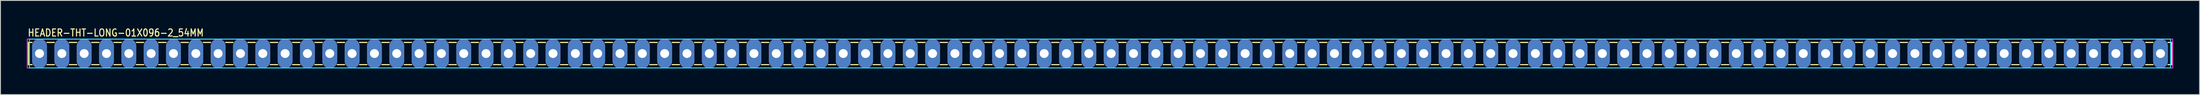
<source format=kicad_pcb>
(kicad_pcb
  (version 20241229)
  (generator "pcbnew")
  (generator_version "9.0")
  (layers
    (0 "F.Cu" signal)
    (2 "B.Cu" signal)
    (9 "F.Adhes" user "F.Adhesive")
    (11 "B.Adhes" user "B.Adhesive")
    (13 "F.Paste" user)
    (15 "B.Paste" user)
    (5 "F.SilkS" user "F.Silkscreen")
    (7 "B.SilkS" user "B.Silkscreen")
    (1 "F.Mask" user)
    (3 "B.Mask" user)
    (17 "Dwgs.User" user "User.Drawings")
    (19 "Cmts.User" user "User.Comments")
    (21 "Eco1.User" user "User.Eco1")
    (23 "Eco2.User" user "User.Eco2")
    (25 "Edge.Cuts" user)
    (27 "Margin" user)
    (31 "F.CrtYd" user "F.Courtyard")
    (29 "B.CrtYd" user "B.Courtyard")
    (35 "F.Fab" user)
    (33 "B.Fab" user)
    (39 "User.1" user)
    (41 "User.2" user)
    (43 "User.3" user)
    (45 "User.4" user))
  (footprint "HEADER-THT-LONG-01X096-2_54MM"
    (layer "F.Cu")
    (at 1.447 3.079)
    (property "Reference" "HEADER-THT-LONG-01X096-2_54MM" (at -1.4 -1.9 0) (unlocked yes) (layer "F.SilkS") (effects (font (size 0.813 0.695) (thickness 0.122)) (justify left bottom)))
    (fp_line (start -1.27 -1.27) (end -1.27 1.27) (stroke (width 0.127) (type solid)) (layer "F.SilkS"))
    (fp_line (start -1.27 1.27) (end -0.85 1.27) (stroke (width 0.127) (type solid)) (layer "F.SilkS"))
    (fp_line (start -0.85 -1.27) (end -1.27 -1.27) (stroke (width 0.127) (type solid)) (layer "F.SilkS"))
    (fp_line (start 0.85 -1.27) (end 1.69 -1.27) (stroke (width 0.127) (type solid)) (layer "F.SilkS"))
    (fp_line (start 0.85 1.27) (end 1.69 1.27) (stroke (width 0.127) (type solid)) (layer "F.SilkS"))
    (fp_line (start 3.39 -1.27) (end 4.23 -1.27) (stroke (width 0.127) (type solid)) (layer "F.SilkS"))
    (fp_line (start 3.39 1.27) (end 4.23 1.27) (stroke (width 0.127) (type solid)) (layer "F.SilkS"))
    (fp_line (start 5.93 -1.27) (end 6.77 -1.27) (stroke (width 0.127) (type solid)) (layer "F.SilkS"))
    (fp_line (start 5.93 1.27) (end 6.77 1.27) (stroke (width 0.127) (type solid)) (layer "F.SilkS"))
    (fp_line (start 8.47 -1.27) (end 9.31 -1.27) (stroke (width 0.127) (type solid)) (layer "F.SilkS"))
    (fp_line (start 8.47 1.27) (end 9.31 1.27) (stroke (width 0.127) (type solid)) (layer "F.SilkS"))
    (fp_line (start 11.01 -1.27) (end 11.85 -1.27) (stroke (width 0.127) (type solid)) (layer "F.SilkS"))
    (fp_line (start 11.01 1.27) (end 11.85 1.27) (stroke (width 0.127) (type solid)) (layer "F.SilkS"))
    (fp_line (start 13.55 -1.27) (end 14.39 -1.27) (stroke (width 0.127) (type solid)) (layer "F.SilkS"))
    (fp_line (start 13.55 1.27) (end 14.39 1.27) (stroke (width 0.127) (type solid)) (layer "F.SilkS"))
    (fp_line (start 16.09 -1.27) (end 16.93 -1.27) (stroke (width 0.127) (type solid)) (layer "F.SilkS"))
    (fp_line (start 16.09 1.27) (end 16.93 1.27) (stroke (width 0.127) (type solid)) (layer "F.SilkS"))
    (fp_line (start 18.63 -1.27) (end 19.47 -1.27) (stroke (width 0.127) (type solid)) (layer "F.SilkS"))
    (fp_line (start 18.63 1.27) (end 19.47 1.27) (stroke (width 0.127) (type solid)) (layer "F.SilkS"))
    (fp_line (start 21.17 -1.27) (end 22.01 -1.27) (stroke (width 0.127) (type solid)) (layer "F.SilkS"))
    (fp_line (start 21.17 1.27) (end 22.01 1.27) (stroke (width 0.127) (type solid)) (layer "F.SilkS"))
    (fp_line (start 23.71 -1.27) (end 24.55 -1.27) (stroke (width 0.127) (type solid)) (layer "F.SilkS"))
    (fp_line (start 23.71 1.27) (end 24.55 1.27) (stroke (width 0.127) (type solid)) (layer "F.SilkS"))
    (fp_line (start 26.25 -1.27) (end 27.09 -1.27) (stroke (width 0.127) (type solid)) (layer "F.SilkS"))
    (fp_line (start 26.25 1.27) (end 27.09 1.27) (stroke (width 0.127) (type solid)) (layer "F.SilkS"))
    (fp_line (start 28.79 -1.27) (end 29.63 -1.27) (stroke (width 0.127) (type solid)) (layer "F.SilkS"))
    (fp_line (start 28.79 1.27) (end 29.63 1.27) (stroke (width 0.127) (type solid)) (layer "F.SilkS"))
    (fp_line (start 31.33 -1.27) (end 32.17 -1.27) (stroke (width 0.127) (type solid)) (layer "F.SilkS"))
    (fp_line (start 31.33 1.27) (end 32.17 1.27) (stroke (width 0.127) (type solid)) (layer "F.SilkS"))
    (fp_line (start 33.87 -1.27) (end 34.71 -1.27) (stroke (width 0.127) (type solid)) (layer "F.SilkS"))
    (fp_line (start 33.87 1.27) (end 34.71 1.27) (stroke (width 0.127) (type solid)) (layer "F.SilkS"))
    (fp_line (start 36.41 -1.27) (end 37.25 -1.27) (stroke (width 0.127) (type solid)) (layer "F.SilkS"))
    (fp_line (start 36.41 1.27) (end 37.25 1.27) (stroke (width 0.127) (type solid)) (layer "F.SilkS"))
    (fp_line (start 38.95 -1.27) (end 39.79 -1.27) (stroke (width 0.127) (type solid)) (layer "F.SilkS"))
    (fp_line (start 38.95 1.27) (end 39.79 1.27) (stroke (width 0.127) (type solid)) (layer "F.SilkS"))
    (fp_line (start 41.49 -1.27) (end 42.33 -1.27) (stroke (width 0.127) (type solid)) (layer "F.SilkS"))
    (fp_line (start 41.49 1.27) (end 42.33 1.27) (stroke (width 0.127) (type solid)) (layer "F.SilkS"))
    (fp_line (start 44.03 -1.27) (end 44.87 -1.27) (stroke (width 0.127) (type solid)) (layer "F.SilkS"))
    (fp_line (start 44.03 1.27) (end 44.87 1.27) (stroke (width 0.127) (type solid)) (layer "F.SilkS"))
    (fp_line (start 46.57 -1.27) (end 47.41 -1.27) (stroke (width 0.127) (type solid)) (layer "F.SilkS"))
    (fp_line (start 46.57 1.27) (end 47.41 1.27) (stroke (width 0.127) (type solid)) (layer "F.SilkS"))
    (fp_line (start 49.11 -1.27) (end 49.95 -1.27) (stroke (width 0.127) (type solid)) (layer "F.SilkS"))
    (fp_line (start 49.11 1.27) (end 49.95 1.27) (stroke (width 0.127) (type solid)) (layer "F.SilkS"))
    (fp_line (start 51.65 -1.27) (end 52.49 -1.27) (stroke (width 0.127) (type solid)) (layer "F.SilkS"))
    (fp_line (start 51.65 1.27) (end 52.49 1.27) (stroke (width 0.127) (type solid)) (layer "F.SilkS"))
    (fp_line (start 54.19 -1.27) (end 55.03 -1.27) (stroke (width 0.127) (type solid)) (layer "F.SilkS"))
    (fp_line (start 54.19 1.27) (end 55.03 1.27) (stroke (width 0.127) (type solid)) (layer "F.SilkS"))
    (fp_line (start 56.73 -1.27) (end 57.57 -1.27) (stroke (width 0.127) (type solid)) (layer "F.SilkS"))
    (fp_line (start 56.73 1.27) (end 57.57 1.27) (stroke (width 0.127) (type solid)) (layer "F.SilkS"))
    (fp_line (start 59.27 -1.27) (end 60.11 -1.27) (stroke (width 0.127) (type solid)) (layer "F.SilkS"))
    (fp_line (start 59.27 1.27) (end 60.11 1.27) (stroke (width 0.127) (type solid)) (layer "F.SilkS"))
    (fp_line (start 61.81 -1.27) (end 62.65 -1.27) (stroke (width 0.127) (type solid)) (layer "F.SilkS"))
    (fp_line (start 61.81 1.27) (end 62.65 1.27) (stroke (width 0.127) (type solid)) (layer "F.SilkS"))
    (fp_line (start 64.35 -1.27) (end 65.19 -1.27) (stroke (width 0.127) (type solid)) (layer "F.SilkS"))
    (fp_line (start 64.35 1.27) (end 65.19 1.27) (stroke (width 0.127) (type solid)) (layer "F.SilkS"))
    (fp_line (start 66.89 -1.27) (end 67.73 -1.27) (stroke (width 0.127) (type solid)) (layer "F.SilkS"))
    (fp_line (start 66.89 1.27) (end 67.73 1.27) (stroke (width 0.127) (type solid)) (layer "F.SilkS"))
    (fp_line (start 69.43 -1.27) (end 70.27 -1.27) (stroke (width 0.127) (type solid)) (layer "F.SilkS"))
    (fp_line (start 69.43 1.27) (end 70.27 1.27) (stroke (width 0.127) (type solid)) (layer "F.SilkS"))
    (fp_line (start 71.97 -1.27) (end 72.81 -1.27) (stroke (width 0.127) (type solid)) (layer "F.SilkS"))
    (fp_line (start 71.97 1.27) (end 72.81 1.27) (stroke (width 0.127) (type solid)) (layer "F.SilkS"))
    (fp_line (start 74.51 -1.27) (end 75.35 -1.27) (stroke (width 0.127) (type solid)) (layer "F.SilkS"))
    (fp_line (start 74.51 1.27) (end 75.35 1.27) (stroke (width 0.127) (type solid)) (layer "F.SilkS"))
    (fp_line (start 77.05 -1.27) (end 77.89 -1.27) (stroke (width 0.127) (type solid)) (layer "F.SilkS"))
    (fp_line (start 77.05 1.27) (end 77.89 1.27) (stroke (width 0.127) (type solid)) (layer "F.SilkS"))
    (fp_line (start 79.59 -1.27) (end 80.43 -1.27) (stroke (width 0.127) (type solid)) (layer "F.SilkS"))
    (fp_line (start 79.59 1.27) (end 80.43 1.27) (stroke (width 0.127) (type solid)) (layer "F.SilkS"))
    (fp_line (start 82.13 -1.27) (end 82.97 -1.27) (stroke (width 0.127) (type solid)) (layer "F.SilkS"))
    (fp_line (start 82.13 1.27) (end 82.97 1.27) (stroke (width 0.127) (type solid)) (layer "F.SilkS"))
    (fp_line (start 84.67 -1.27) (end 85.51 -1.27) (stroke (width 0.127) (type solid)) (layer "F.SilkS"))
    (fp_line (start 84.67 1.27) (end 85.51 1.27) (stroke (width 0.127) (type solid)) (layer "F.SilkS"))
    (fp_line (start 87.21 -1.27) (end 88.05 -1.27) (stroke (width 0.127) (type solid)) (layer "F.SilkS"))
    (fp_line (start 87.21 1.27) (end 88.05 1.27) (stroke (width 0.127) (type solid)) (layer "F.SilkS"))
    (fp_line (start 89.75 -1.27) (end 90.59 -1.27) (stroke (width 0.127) (type solid)) (layer "F.SilkS"))
    (fp_line (start 89.75 1.27) (end 90.59 1.27) (stroke (width 0.127) (type solid)) (layer "F.SilkS"))
    (fp_line (start 92.29 -1.27) (end 93.13 -1.27) (stroke (width 0.127) (type solid)) (layer "F.SilkS"))
    (fp_line (start 92.29 1.27) (end 93.13 1.27) (stroke (width 0.127) (type solid)) (layer "F.SilkS"))
    (fp_line (start 94.83 -1.27) (end 95.67 -1.27) (stroke (width 0.127) (type solid)) (layer "F.SilkS"))
    (fp_line (start 94.83 1.27) (end 95.67 1.27) (stroke (width 0.127) (type solid)) (layer "F.SilkS"))
    (fp_line (start 97.37 -1.27) (end 98.21 -1.27) (stroke (width 0.127) (type solid)) (layer "F.SilkS"))
    (fp_line (start 97.37 1.27) (end 98.21 1.27) (stroke (width 0.127) (type solid)) (layer "F.SilkS"))
    (fp_line (start 99.91 -1.27) (end 100.75 -1.27) (stroke (width 0.127) (type solid)) (layer "F.SilkS"))
    (fp_line (start 99.91 1.27) (end 100.75 1.27) (stroke (width 0.127) (type solid)) (layer "F.SilkS"))
    (fp_line (start 102.45 -1.27) (end 103.29 -1.27) (stroke (width 0.127) (type solid)) (layer "F.SilkS"))
    (fp_line (start 102.45 1.27) (end 103.29 1.27) (stroke (width 0.127) (type solid)) (layer "F.SilkS"))
    (fp_line (start 104.99 -1.27) (end 105.83 -1.27) (stroke (width 0.127) (type solid)) (layer "F.SilkS"))
    (fp_line (start 104.99 1.27) (end 105.83 1.27) (stroke (width 0.127) (type solid)) (layer "F.SilkS"))
    (fp_line (start 107.53 -1.27) (end 108.37 -1.27) (stroke (width 0.127) (type solid)) (layer "F.SilkS"))
    (fp_line (start 107.53 1.27) (end 108.37 1.27) (stroke (width 0.127) (type solid)) (layer "F.SilkS"))
    (fp_line (start 110.07 -1.27) (end 110.91 -1.27) (stroke (width 0.127) (type solid)) (layer "F.SilkS"))
    (fp_line (start 110.07 1.27) (end 110.91 1.27) (stroke (width 0.127) (type solid)) (layer "F.SilkS"))
    (fp_line (start 112.61 -1.27) (end 113.45 -1.27) (stroke (width 0.127) (type solid)) (layer "F.SilkS"))
    (fp_line (start 112.61 1.27) (end 113.45 1.27) (stroke (width 0.127) (type solid)) (layer "F.SilkS"))
    (fp_line (start 115.15 -1.27) (end 115.99 -1.27) (stroke (width 0.127) (type solid)) (layer "F.SilkS"))
    (fp_line (start 115.15 1.27) (end 115.99 1.27) (stroke (width 0.127) (type solid)) (layer "F.SilkS"))
    (fp_line (start 117.69 -1.27) (end 118.53 -1.27) (stroke (width 0.127) (type solid)) (layer "F.SilkS"))
    (fp_line (start 117.69 1.27) (end 118.53 1.27) (stroke (width 0.127) (type solid)) (layer "F.SilkS"))
    (fp_line (start 120.23 -1.27) (end 121.07 -1.27) (stroke (width 0.127) (type solid)) (layer "F.SilkS"))
    (fp_line (start 120.23 1.27) (end 121.07 1.27) (stroke (width 0.127) (type solid)) (layer "F.SilkS"))
    (fp_line (start 122.77 -1.27) (end 123.61 -1.27) (stroke (width 0.127) (type solid)) (layer "F.SilkS"))
    (fp_line (start 122.77 1.27) (end 123.61 1.27) (stroke (width 0.127) (type solid)) (layer "F.SilkS"))
    (fp_line (start 125.31 -1.27) (end 126.15 -1.27) (stroke (width 0.127) (type solid)) (layer "F.SilkS"))
    (fp_line (start 125.31 1.27) (end 126.15 1.27) (stroke (width 0.127) (type solid)) (layer "F.SilkS"))
    (fp_line (start 127.85 -1.27) (end 128.69 -1.27) (stroke (width 0.127) (type solid)) (layer "F.SilkS"))
    (fp_line (start 127.85 1.27) (end 128.69 1.27) (stroke (width 0.127) (type solid)) (layer "F.SilkS"))
    (fp_line (start 130.39 -1.27) (end 131.23 -1.27) (stroke (width 0.127) (type solid)) (layer "F.SilkS"))
    (fp_line (start 130.39 1.27) (end 131.23 1.27) (stroke (width 0.127) (type solid)) (layer "F.SilkS"))
    (fp_line (start 132.93 -1.27) (end 133.77 -1.27) (stroke (width 0.127) (type solid)) (layer "F.SilkS"))
    (fp_line (start 132.93 1.27) (end 133.77 1.27) (stroke (width 0.127) (type solid)) (layer "F.SilkS"))
    (fp_line (start 135.47 -1.27) (end 136.31 -1.27) (stroke (width 0.127) (type solid)) (layer "F.SilkS"))
    (fp_line (start 135.47 1.27) (end 136.31 1.27) (stroke (width 0.127) (type solid)) (layer "F.SilkS"))
    (fp_line (start 138.01 -1.27) (end 138.85 -1.27) (stroke (width 0.127) (type solid)) (layer "F.SilkS"))
    (fp_line (start 138.01 1.27) (end 138.85 1.27) (stroke (width 0.127) (type solid)) (layer "F.SilkS"))
    (fp_line (start 140.55 -1.27) (end 141.39 -1.27) (stroke (width 0.127) (type solid)) (layer "F.SilkS"))
    (fp_line (start 140.55 1.27) (end 141.39 1.27) (stroke (width 0.127) (type solid)) (layer "F.SilkS"))
    (fp_line (start 143.09 -1.27) (end 143.93 -1.27) (stroke (width 0.127) (type solid)) (layer "F.SilkS"))
    (fp_line (start 143.09 1.27) (end 143.93 1.27) (stroke (width 0.127) (type solid)) (layer "F.SilkS"))
    (fp_line (start 145.63 -1.27) (end 146.47 -1.27) (stroke (width 0.127) (type solid)) (layer "F.SilkS"))
    (fp_line (start 145.63 1.27) (end 146.47 1.27) (stroke (width 0.127) (type solid)) (layer "F.SilkS"))
    (fp_line (start 148.17 -1.27) (end 149.01 -1.27) (stroke (width 0.127) (type solid)) (layer "F.SilkS"))
    (fp_line (start 148.17 1.27) (end 149.01 1.27) (stroke (width 0.127) (type solid)) (layer "F.SilkS"))
    (fp_line (start 150.71 -1.27) (end 151.55 -1.27) (stroke (width 0.127) (type solid)) (layer "F.SilkS"))
    (fp_line (start 150.71 1.27) (end 151.55 1.27) (stroke (width 0.127) (type solid)) (layer "F.SilkS"))
    (fp_line (start 153.25 -1.27) (end 154.09 -1.27) (stroke (width 0.127) (type solid)) (layer "F.SilkS"))
    (fp_line (start 153.25 1.27) (end 154.09 1.27) (stroke (width 0.127) (type solid)) (layer "F.SilkS"))
    (fp_line (start 155.79 -1.27) (end 156.63 -1.27) (stroke (width 0.127) (type solid)) (layer "F.SilkS"))
    (fp_line (start 155.79 1.27) (end 156.63 1.27) (stroke (width 0.127) (type solid)) (layer "F.SilkS"))
    (fp_line (start 158.33 -1.27) (end 159.17 -1.27) (stroke (width 0.127) (type solid)) (layer "F.SilkS"))
    (fp_line (start 158.33 1.27) (end 159.17 1.27) (stroke (width 0.127) (type solid)) (layer "F.SilkS"))
    (fp_line (start 160.87 -1.27) (end 161.71 -1.27) (stroke (width 0.127) (type solid)) (layer "F.SilkS"))
    (fp_line (start 160.87 1.27) (end 161.71 1.27) (stroke (width 0.127) (type solid)) (layer "F.SilkS"))
    (fp_line (start 163.41 -1.27) (end 164.25 -1.27) (stroke (width 0.127) (type solid)) (layer "F.SilkS"))
    (fp_line (start 163.41 1.27) (end 164.25 1.27) (stroke (width 0.127) (type solid)) (layer "F.SilkS"))
    (fp_line (start 165.95 -1.27) (end 166.79 -1.27) (stroke (width 0.127) (type solid)) (layer "F.SilkS"))
    (fp_line (start 165.95 1.27) (end 166.79 1.27) (stroke (width 0.127) (type solid)) (layer "F.SilkS"))
    (fp_line (start 168.49 -1.27) (end 169.33 -1.27) (stroke (width 0.127) (type solid)) (layer "F.SilkS"))
    (fp_line (start 168.49 1.27) (end 169.33 1.27) (stroke (width 0.127) (type solid)) (layer "F.SilkS"))
    (fp_line (start 171.03 -1.27) (end 171.87 -1.27) (stroke (width 0.127) (type solid)) (layer "F.SilkS"))
    (fp_line (start 171.03 1.27) (end 171.87 1.27) (stroke (width 0.127) (type solid)) (layer "F.SilkS"))
    (fp_line (start 173.57 -1.27) (end 174.41 -1.27) (stroke (width 0.127) (type solid)) (layer "F.SilkS"))
    (fp_line (start 173.57 1.27) (end 174.41 1.27) (stroke (width 0.127) (type solid)) (layer "F.SilkS"))
    (fp_line (start 176.11 -1.27) (end 176.95 -1.27) (stroke (width 0.127) (type solid)) (layer "F.SilkS"))
    (fp_line (start 176.11 1.27) (end 176.95 1.27) (stroke (width 0.127) (type solid)) (layer "F.SilkS"))
    (fp_line (start 178.65 -1.27) (end 179.49 -1.27) (stroke (width 0.127) (type solid)) (layer "F.SilkS"))
    (fp_line (start 178.65 1.27) (end 179.49 1.27) (stroke (width 0.127) (type solid)) (layer "F.SilkS"))
    (fp_line (start 181.19 -1.27) (end 182.03 -1.27) (stroke (width 0.127) (type solid)) (layer "F.SilkS"))
    (fp_line (start 181.19 1.27) (end 182.03 1.27) (stroke (width 0.127) (type solid)) (layer "F.SilkS"))
    (fp_line (start 183.73 -1.27) (end 184.57 -1.27) (stroke (width 0.127) (type solid)) (layer "F.SilkS"))
    (fp_line (start 183.73 1.27) (end 184.57 1.27) (stroke (width 0.127) (type solid)) (layer "F.SilkS"))
    (fp_line (start 186.27 -1.27) (end 187.11 -1.27) (stroke (width 0.127) (type solid)) (layer "F.SilkS"))
    (fp_line (start 186.27 1.27) (end 187.11 1.27) (stroke (width 0.127) (type solid)) (layer "F.SilkS"))
    (fp_line (start 188.81 -1.27) (end 189.65 -1.27) (stroke (width 0.127) (type solid)) (layer "F.SilkS"))
    (fp_line (start 188.81 1.27) (end 189.65 1.27) (stroke (width 0.127) (type solid)) (layer "F.SilkS"))
    (fp_line (start 191.35 -1.27) (end 192.19 -1.27) (stroke (width 0.127) (type solid)) (layer "F.SilkS"))
    (fp_line (start 191.35 1.27) (end 192.19 1.27) (stroke (width 0.127) (type solid)) (layer "F.SilkS"))
    (fp_line (start 193.89 -1.27) (end 194.73 -1.27) (stroke (width 0.127) (type solid)) (layer "F.SilkS"))
    (fp_line (start 193.89 1.27) (end 194.73 1.27) (stroke (width 0.127) (type solid)) (layer "F.SilkS"))
    (fp_line (start 196.43 -1.27) (end 197.27 -1.27) (stroke (width 0.127) (type solid)) (layer "F.SilkS"))
    (fp_line (start 196.43 1.27) (end 197.27 1.27) (stroke (width 0.127) (type solid)) (layer "F.SilkS"))
    (fp_line (start 198.97 -1.27) (end 199.81 -1.27) (stroke (width 0.127) (type solid)) (layer "F.SilkS"))
    (fp_line (start 198.97 1.27) (end 199.81 1.27) (stroke (width 0.127) (type solid)) (layer "F.SilkS"))
    (fp_line (start 201.51 -1.27) (end 202.35 -1.27) (stroke (width 0.127) (type solid)) (layer "F.SilkS"))
    (fp_line (start 201.51 1.27) (end 202.35 1.27) (stroke (width 0.127) (type solid)) (layer "F.SilkS"))
    (fp_line (start 204.05 -1.27) (end 204.89 -1.27) (stroke (width 0.127) (type solid)) (layer "F.SilkS"))
    (fp_line (start 204.05 1.27) (end 204.89 1.27) (stroke (width 0.127) (type solid)) (layer "F.SilkS"))
    (fp_line (start 206.59 -1.27) (end 207.43 -1.27) (stroke (width 0.127) (type solid)) (layer "F.SilkS"))
    (fp_line (start 206.59 1.27) (end 207.43 1.27) (stroke (width 0.127) (type solid)) (layer "F.SilkS"))
    (fp_line (start 209.13 -1.27) (end 209.97 -1.27) (stroke (width 0.127) (type solid)) (layer "F.SilkS"))
    (fp_line (start 209.13 1.27) (end 209.97 1.27) (stroke (width 0.127) (type solid)) (layer "F.SilkS"))
    (fp_line (start 211.67 -1.27) (end 212.51 -1.27) (stroke (width 0.127) (type solid)) (layer "F.SilkS"))
    (fp_line (start 211.67 1.27) (end 212.51 1.27) (stroke (width 0.127) (type solid)) (layer "F.SilkS"))
    (fp_line (start 214.21 -1.27) (end 215.05 -1.27) (stroke (width 0.127) (type solid)) (layer "F.SilkS"))
    (fp_line (start 214.21 1.27) (end 215.05 1.27) (stroke (width 0.127) (type solid)) (layer "F.SilkS"))
    (fp_line (start 216.75 -1.27) (end 217.59 -1.27) (stroke (width 0.127) (type solid)) (layer "F.SilkS"))
    (fp_line (start 216.75 1.27) (end 217.59 1.27) (stroke (width 0.127) (type solid)) (layer "F.SilkS"))
    (fp_line (start 219.29 -1.27) (end 220.13 -1.27) (stroke (width 0.127) (type solid)) (layer "F.SilkS"))
    (fp_line (start 219.29 1.27) (end 220.13 1.27) (stroke (width 0.127) (type solid)) (layer "F.SilkS"))
    (fp_line (start 221.83 -1.27) (end 222.67 -1.27) (stroke (width 0.127) (type solid)) (layer "F.SilkS"))
    (fp_line (start 221.83 1.27) (end 222.67 1.27) (stroke (width 0.127) (type solid)) (layer "F.SilkS"))
    (fp_line (start 224.37 -1.27) (end 225.21 -1.27) (stroke (width 0.127) (type solid)) (layer "F.SilkS"))
    (fp_line (start 224.37 1.27) (end 225.21 1.27) (stroke (width 0.127) (type solid)) (layer "F.SilkS"))
    (fp_line (start 226.91 -1.27) (end 227.75 -1.27) (stroke (width 0.127) (type solid)) (layer "F.SilkS"))
    (fp_line (start 226.91 1.27) (end 227.75 1.27) (stroke (width 0.127) (type solid)) (layer "F.SilkS"))
    (fp_line (start 229.45 -1.27) (end 230.29 -1.27) (stroke (width 0.127) (type solid)) (layer "F.SilkS"))
    (fp_line (start 229.45 1.27) (end 230.29 1.27) (stroke (width 0.127) (type solid)) (layer "F.SilkS"))
    (fp_line (start 231.99 -1.27) (end 232.83 -1.27) (stroke (width 0.127) (type solid)) (layer "F.SilkS"))
    (fp_line (start 231.99 1.27) (end 232.83 1.27) (stroke (width 0.127) (type solid)) (layer "F.SilkS"))
    (fp_line (start 234.53 -1.27) (end 235.37 -1.27) (stroke (width 0.127) (type solid)) (layer "F.SilkS"))
    (fp_line (start 234.53 1.27) (end 235.37 1.27) (stroke (width 0.127) (type solid)) (layer "F.SilkS"))
    (fp_line (start 237.07 -1.27) (end 237.91 -1.27) (stroke (width 0.127) (type solid)) (layer "F.SilkS"))
    (fp_line (start 237.07 1.27) (end 237.91 1.27) (stroke (width 0.127) (type solid)) (layer "F.SilkS"))
    (fp_line (start 239.61 -1.27) (end 240.45 -1.27) (stroke (width 0.127) (type solid)) (layer "F.SilkS"))
    (fp_line (start 239.61 1.27) (end 240.45 1.27) (stroke (width 0.127) (type solid)) (layer "F.SilkS"))
    (fp_line (start 242.15 -1.27) (end 242.57 -1.27) (stroke (width 0.127) (type solid)) (layer "F.SilkS"))
    (fp_line (start 242.57 -1.27) (end 242.57 1.27) (stroke (width 0.127) (type solid)) (layer "F.SilkS"))
    (fp_line (start 242.57 1.27) (end 242.15 1.27) (stroke (width 0.127) (type solid)) (layer "F.SilkS"))
    (fp_poly (pts (xy -1.143 -1.651) (xy 242.443 -1.651) (xy 242.443 1.651) (xy -1.143 1.651)) (stroke (width 0.1) (type solid)) (fill no) (layer "B.CrtYd"))
    (fp_poly (pts (xy -1.397 -1.651) (xy 242.697 -1.651) (xy 242.697 1.651) (xy -1.397 1.651)) (stroke (width 0.1) (type solid)) (fill no) (layer "F.CrtYd"))
    (pad "P$1" thru_hole oval (at 0 0 90) (size 3.387 1.693) (drill 1.016) (layers "*.Cu" "*.Mask"))
    (pad "P$2" thru_hole oval (at 2.54 0 90) (size 3.387 1.693) (drill 1.016) (layers "*.Cu" "*.Mask"))
    (pad "P$3" thru_hole oval (at 5.08 0 90) (size 3.387 1.693) (drill 1.016) (layers "*.Cu" "*.Mask"))
    (pad "P$4" thru_hole oval (at 7.62 0 90) (size 3.387 1.693) (drill 1.016) (layers "*.Cu" "*.Mask"))
    (pad "P$5" thru_hole oval (at 10.16 0 90) (size 3.387 1.693) (drill 1.016) (layers "*.Cu" "*.Mask"))
    (pad "P$6" thru_hole oval (at 12.7 0 90) (size 3.387 1.693) (drill 1.016) (layers "*.Cu" "*.Mask"))
    (pad "P$7" thru_hole oval (at 15.24 0 90) (size 3.387 1.693) (drill 1.016) (layers "*.Cu" "*.Mask"))
    (pad "P$8" thru_hole oval (at 17.78 0 90) (size 3.387 1.693) (drill 1.016) (layers "*.Cu" "*.Mask"))
    (pad "P$9" thru_hole oval (at 20.32 0 90) (size 3.387 1.693) (drill 1.016) (layers "*.Cu" "*.Mask"))
    (pad "P$10" thru_hole oval (at 22.86 0 90) (size 3.387 1.693) (drill 1.016) (layers "*.Cu" "*.Mask"))
    (pad "P$11" thru_hole oval (at 25.4 0 90) (size 3.387 1.693) (drill 1.016) (layers "*.Cu" "*.Mask"))
    (pad "P$12" thru_hole oval (at 27.94 0 90) (size 3.387 1.693) (drill 1.016) (layers "*.Cu" "*.Mask"))
    (pad "P$13" thru_hole oval (at 30.48 0 90) (size 3.387 1.693) (drill 1.016) (layers "*.Cu" "*.Mask"))
    (pad "P$14" thru_hole oval (at 33.02 0 90) (size 3.387 1.693) (drill 1.016) (layers "*.Cu" "*.Mask"))
    (pad "P$15" thru_hole oval (at 35.56 0 90) (size 3.387 1.693) (drill 1.016) (layers "*.Cu" "*.Mask"))
    (pad "P$16" thru_hole oval (at 38.1 0 90) (size 3.387 1.693) (drill 1.016) (layers "*.Cu" "*.Mask"))
    (pad "P$17" thru_hole oval (at 40.64 0 90) (size 3.387 1.693) (drill 1.016) (layers "*.Cu" "*.Mask"))
    (pad "P$18" thru_hole oval (at 43.18 0 90) (size 3.387 1.693) (drill 1.016) (layers "*.Cu" "*.Mask"))
    (pad "P$19" thru_hole oval (at 45.72 0 90) (size 3.387 1.693) (drill 1.016) (layers "*.Cu" "*.Mask"))
    (pad "P$20" thru_hole oval (at 48.26 0 90) (size 3.387 1.693) (drill 1.016) (layers "*.Cu" "*.Mask"))
    (pad "P$21" thru_hole oval (at 50.8 0 90) (size 3.387 1.693) (drill 1.016) (layers "*.Cu" "*.Mask"))
    (pad "P$22" thru_hole oval (at 53.34 0 90) (size 3.387 1.693) (drill 1.016) (layers "*.Cu" "*.Mask"))
    (pad "P$23" thru_hole oval (at 55.88 0 90) (size 3.387 1.693) (drill 1.016) (layers "*.Cu" "*.Mask"))
    (pad "P$24" thru_hole oval (at 58.42 0 90) (size 3.387 1.693) (drill 1.016) (layers "*.Cu" "*.Mask"))
    (pad "P$25" thru_hole oval (at 60.96 0 90) (size 3.387 1.693) (drill 1.016) (layers "*.Cu" "*.Mask"))
    (pad "P$26" thru_hole oval (at 63.5 0 90) (size 3.387 1.693) (drill 1.016) (layers "*.Cu" "*.Mask"))
    (pad "P$27" thru_hole oval (at 66.04 0 90) (size 3.387 1.693) (drill 1.016) (layers "*.Cu" "*.Mask"))
    (pad "P$28" thru_hole oval (at 68.58 0 90) (size 3.387 1.693) (drill 1.016) (layers "*.Cu" "*.Mask"))
    (pad "P$29" thru_hole oval (at 71.12 0 90) (size 3.387 1.693) (drill 1.016) (layers "*.Cu" "*.Mask"))
    (pad "P$30" thru_hole oval (at 73.66 0 90) (size 3.387 1.693) (drill 1.016) (layers "*.Cu" "*.Mask"))
    (pad "P$31" thru_hole oval (at 76.2 0 90) (size 3.387 1.693) (drill 1.016) (layers "*.Cu" "*.Mask"))
    (pad "P$32" thru_hole oval (at 78.74 0 90) (size 3.387 1.693) (drill 1.016) (layers "*.Cu" "*.Mask"))
    (pad "P$33" thru_hole oval (at 81.28 0 90) (size 3.387 1.693) (drill 1.016) (layers "*.Cu" "*.Mask"))
    (pad "P$34" thru_hole oval (at 83.82 0 90) (size 3.387 1.693) (drill 1.016) (layers "*.Cu" "*.Mask"))
    (pad "P$35" thru_hole oval (at 86.36 0 90) (size 3.387 1.693) (drill 1.016) (layers "*.Cu" "*.Mask"))
    (pad "P$36" thru_hole oval (at 88.9 0 90) (size 3.387 1.693) (drill 1.016) (layers "*.Cu" "*.Mask"))
    (pad "P$37" thru_hole oval (at 91.44 0 90) (size 3.387 1.693) (drill 1.016) (layers "*.Cu" "*.Mask"))
    (pad "P$38" thru_hole oval (at 93.98 0 90) (size 3.387 1.693) (drill 1.016) (layers "*.Cu" "*.Mask"))
    (pad "P$39" thru_hole oval (at 96.52 0 90) (size 3.387 1.693) (drill 1.016) (layers "*.Cu" "*.Mask"))
    (pad "P$40" thru_hole oval (at 99.06 0 90) (size 3.387 1.693) (drill 1.016) (layers "*.Cu" "*.Mask"))
    (pad "P$41" thru_hole oval (at 101.6 0 90) (size 3.387 1.693) (drill 1.016) (layers "*.Cu" "*.Mask"))
    (pad "P$42" thru_hole oval (at 104.14 0 90) (size 3.387 1.693) (drill 1.016) (layers "*.Cu" "*.Mask"))
    (pad "P$43" thru_hole oval (at 106.68 0 90) (size 3.387 1.693) (drill 1.016) (layers "*.Cu" "*.Mask"))
    (pad "P$44" thru_hole oval (at 109.22 0 90) (size 3.387 1.693) (drill 1.016) (layers "*.Cu" "*.Mask"))
    (pad "P$45" thru_hole oval (at 111.76 0 90) (size 3.387 1.693) (drill 1.016) (layers "*.Cu" "*.Mask"))
    (pad "P$46" thru_hole oval (at 114.3 0 90) (size 3.387 1.693) (drill 1.016) (layers "*.Cu" "*.Mask"))
    (pad "P$47" thru_hole oval (at 116.84 0 90) (size 3.387 1.693) (drill 1.016) (layers "*.Cu" "*.Mask"))
    (pad "P$48" thru_hole oval (at 119.38 0 90) (size 3.387 1.693) (drill 1.016) (layers "*.Cu" "*.Mask"))
    (pad "P$49" thru_hole oval (at 121.92 0 90) (size 3.387 1.693) (drill 1.016) (layers "*.Cu" "*.Mask"))
    (pad "P$50" thru_hole oval (at 124.46 0 90) (size 3.387 1.693) (drill 1.016) (layers "*.Cu" "*.Mask"))
    (pad "P$51" thru_hole oval (at 127 0 90) (size 3.387 1.693) (drill 1.016) (layers "*.Cu" "*.Mask"))
    (pad "P$52" thru_hole oval (at 129.54 0 90) (size 3.387 1.693) (drill 1.016) (layers "*.Cu" "*.Mask"))
    (pad "P$53" thru_hole oval (at 132.08 0 90) (size 3.387 1.693) (drill 1.016) (layers "*.Cu" "*.Mask"))
    (pad "P$54" thru_hole oval (at 134.62 0 90) (size 3.387 1.693) (drill 1.016) (layers "*.Cu" "*.Mask"))
    (pad "P$55" thru_hole oval (at 137.16 0 90) (size 3.387 1.693) (drill 1.016) (layers "*.Cu" "*.Mask"))
    (pad "P$56" thru_hole oval (at 139.7 0 90) (size 3.387 1.693) (drill 1.016) (layers "*.Cu" "*.Mask"))
    (pad "P$57" thru_hole oval (at 142.24 0 90) (size 3.387 1.693) (drill 1.016) (layers "*.Cu" "*.Mask"))
    (pad "P$58" thru_hole oval (at 144.78 0 90) (size 3.387 1.693) (drill 1.016) (layers "*.Cu" "*.Mask"))
    (pad "P$59" thru_hole oval (at 147.32 0 90) (size 3.387 1.693) (drill 1.016) (layers "*.Cu" "*.Mask"))
    (pad "P$60" thru_hole oval (at 149.86 0 90) (size 3.387 1.693) (drill 1.016) (layers "*.Cu" "*.Mask"))
    (pad "P$61" thru_hole oval (at 152.4 0 90) (size 3.387 1.693) (drill 1.016) (layers "*.Cu" "*.Mask"))
    (pad "P$62" thru_hole oval (at 154.94 0 90) (size 3.387 1.693) (drill 1.016) (layers "*.Cu" "*.Mask"))
    (pad "P$63" thru_hole oval (at 157.48 0 90) (size 3.387 1.693) (drill 1.016) (layers "*.Cu" "*.Mask"))
    (pad "P$64" thru_hole oval (at 160.02 0 90) (size 3.387 1.693) (drill 1.016) (layers "*.Cu" "*.Mask"))
    (pad "P$65" thru_hole oval (at 162.56 0 90) (size 3.387 1.693) (drill 1.016) (layers "*.Cu" "*.Mask"))
    (pad "P$66" thru_hole oval (at 165.1 0 90) (size 3.387 1.693) (drill 1.016) (layers "*.Cu" "*.Mask"))
    (pad "P$67" thru_hole oval (at 167.64 0 90) (size 3.387 1.693) (drill 1.016) (layers "*.Cu" "*.Mask"))
    (pad "P$68" thru_hole oval (at 170.18 0 90) (size 3.387 1.693) (drill 1.016) (layers "*.Cu" "*.Mask"))
    (pad "P$69" thru_hole oval (at 172.72 0 90) (size 3.387 1.693) (drill 1.016) (layers "*.Cu" "*.Mask"))
    (pad "P$70" thru_hole oval (at 175.26 0 90) (size 3.387 1.693) (drill 1.016) (layers "*.Cu" "*.Mask"))
    (pad "P$71" thru_hole oval (at 177.8 0 90) (size 3.387 1.693) (drill 1.016) (layers "*.Cu" "*.Mask"))
    (pad "P$72" thru_hole oval (at 180.34 0 90) (size 3.387 1.693) (drill 1.016) (layers "*.Cu" "*.Mask"))
    (pad "P$73" thru_hole oval (at 182.88 0 90) (size 3.387 1.693) (drill 1.016) (layers "*.Cu" "*.Mask"))
    (pad "P$74" thru_hole oval (at 185.42 0 90) (size 3.387 1.693) (drill 1.016) (layers "*.Cu" "*.Mask"))
    (pad "P$75" thru_hole oval (at 187.96 0 90) (size 3.387 1.693) (drill 1.016) (layers "*.Cu" "*.Mask"))
    (pad "P$76" thru_hole oval (at 190.5 0 90) (size 3.387 1.693) (drill 1.016) (layers "*.Cu" "*.Mask"))
    (pad "P$77" thru_hole oval (at 193.04 0 90) (size 3.387 1.693) (drill 1.016) (layers "*.Cu" "*.Mask"))
    (pad "P$78" thru_hole oval (at 195.58 0 90) (size 3.387 1.693) (drill 1.016) (layers "*.Cu" "*.Mask"))
    (pad "P$79" thru_hole oval (at 198.12 0 90) (size 3.387 1.693) (drill 1.016) (layers "*.Cu" "*.Mask"))
    (pad "P$80" thru_hole oval (at 200.66 0 90) (size 3.387 1.693) (drill 1.016) (layers "*.Cu" "*.Mask"))
    (pad "P$81" thru_hole oval (at 203.2 0 90) (size 3.387 1.693) (drill 1.016) (layers "*.Cu" "*.Mask"))
    (pad "P$82" thru_hole oval (at 205.74 0 90) (size 3.387 1.693) (drill 1.016) (layers "*.Cu" "*.Mask"))
    (pad "P$83" thru_hole oval (at 208.28 0 90) (size 3.387 1.693) (drill 1.016) (layers "*.Cu" "*.Mask"))
    (pad "P$84" thru_hole oval (at 210.82 0 90) (size 3.387 1.693) (drill 1.016) (layers "*.Cu" "*.Mask"))
    (pad "P$85" thru_hole oval (at 213.36 0 90) (size 3.387 1.693) (drill 1.016) (layers "*.Cu" "*.Mask"))
    (pad "P$86" thru_hole oval (at 215.9 0 90) (size 3.387 1.693) (drill 1.016) (layers "*.Cu" "*.Mask"))
    (pad "P$87" thru_hole oval (at 218.44 0 90) (size 3.387 1.693) (drill 1.016) (layers "*.Cu" "*.Mask"))
    (pad "P$88" thru_hole oval (at 220.98 0 90) (size 3.387 1.693) (drill 1.016) (layers "*.Cu" "*.Mask"))
    (pad "P$89" thru_hole oval (at 223.52 0 90) (size 3.387 1.693) (drill 1.016) (layers "*.Cu" "*.Mask"))
    (pad "P$90" thru_hole oval (at 226.06 0 90) (size 3.387 1.693) (drill 1.016) (layers "*.Cu" "*.Mask"))
    (pad "P$91" thru_hole oval (at 228.6 0 90) (size 3.387 1.693) (drill 1.016) (layers "*.Cu" "*.Mask"))
    (pad "P$92" thru_hole oval (at 231.14 0 90) (size 3.387 1.693) (drill 1.016) (layers "*.Cu" "*.Mask"))
    (pad "P$93" thru_hole oval (at 233.68 0 90) (size 3.387 1.693) (drill 1.016) (layers "*.Cu" "*.Mask"))
    (pad "P$94" thru_hole oval (at 236.22 0 90) (size 3.387 1.693) (drill 1.016) (layers "*.Cu" "*.Mask"))
    (pad "P$95" thru_hole oval (at 238.76 0 90) (size 3.387 1.693) (drill 1.016) (layers "*.Cu" "*.Mask"))
    (pad "P$96" thru_hole oval (at 241.3 0 90) (size 3.387 1.693) (drill 1.016) (layers "*.Cu" "*.Mask")))
  (gr_rect
    (start -3 -3)
    (end 247.194 7.78)
    (stroke (width 0.1) (type default))
    (fill no)
    (layer "Edge.Cuts")))
</source>
